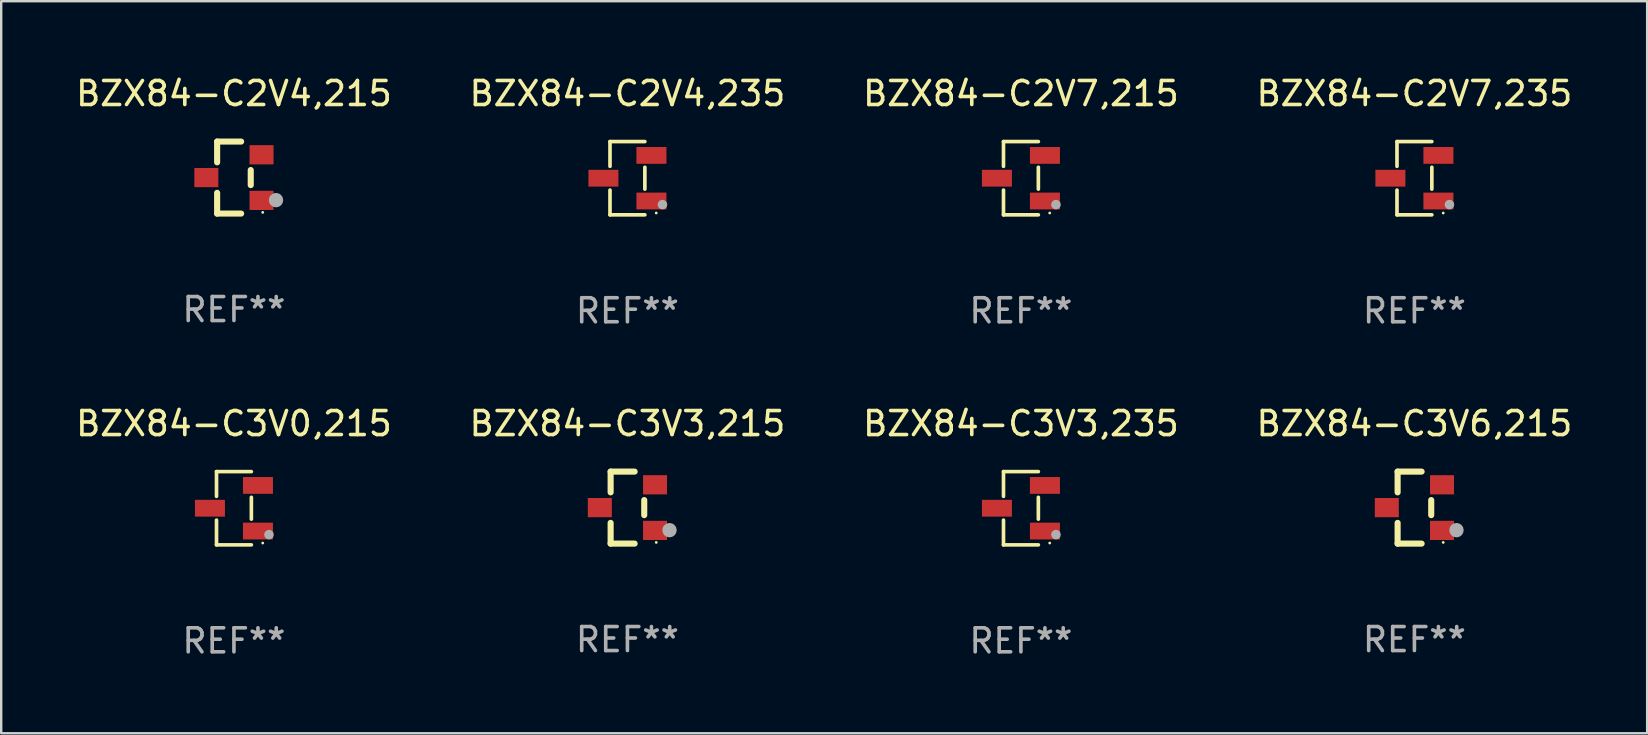
<source format=kicad_pcb>
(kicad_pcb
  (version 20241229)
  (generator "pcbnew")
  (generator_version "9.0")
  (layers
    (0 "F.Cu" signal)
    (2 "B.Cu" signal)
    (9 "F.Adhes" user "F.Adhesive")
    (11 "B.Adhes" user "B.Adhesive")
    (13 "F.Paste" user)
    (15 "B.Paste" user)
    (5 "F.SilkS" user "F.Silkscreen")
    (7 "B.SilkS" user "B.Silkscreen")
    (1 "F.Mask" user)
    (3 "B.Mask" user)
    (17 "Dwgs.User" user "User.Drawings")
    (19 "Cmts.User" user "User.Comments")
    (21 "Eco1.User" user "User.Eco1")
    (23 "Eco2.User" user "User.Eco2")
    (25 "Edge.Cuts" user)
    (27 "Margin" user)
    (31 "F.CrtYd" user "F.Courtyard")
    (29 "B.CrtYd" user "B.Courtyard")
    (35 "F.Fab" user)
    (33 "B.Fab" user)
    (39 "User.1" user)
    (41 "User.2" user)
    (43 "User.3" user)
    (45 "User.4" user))
  (footprint "BZX84-C3V3,235"
    (layer "F.Cu")
    (at 39.482 18.123)
    (property "Reference" "BZX84-C3V3,235" (at 0 -3.526 0) (layer "F.SilkS") (effects (font (size 1 1) (thickness 0.15))))
    (attr through_hole)
    (fp_line (start -0.726 -1.526) (end -0.726 -0.495) (stroke (width 0.152) (type solid)) (layer "F.SilkS"))
    (fp_line (start -0.726 1.526) (end -0.726 0.495) (stroke (width 0.152) (type solid)) (layer "F.SilkS"))
    (fp_line (start 0.726 -1.526) (end -0.726 -1.526) (stroke (width 0.152) (type solid)) (layer "F.SilkS"))
    (fp_line (start 0.726 -0.455) (end 0.726 0.455) (stroke (width 0.152) (type solid)) (layer "F.SilkS"))
    (fp_line (start 0.726 1.526) (end -0.726 1.526) (stroke (width 0.152) (type solid)) (layer "F.SilkS"))
    (fp_circle (center 1.2 1.45) (end 1.23 1.45) (stroke (width 0.06) (type solid)) (fill no) (layer "F.SilkS"))
    (fp_circle (center 1.46 1.1) (end 1.56 1.1) (stroke (width 0.2) (type solid)) (fill no) (layer "F.Fab"))
    (fp_text user "REF**" (at 0 5.526 0) (layer "F.Fab") (effects (font (size 1 1) (thickness 0.15))))
    (pad "1" smd rect (at 1 0.95) (size 1.25 0.7) (layers "F.Cu" "F.Mask" "F.Paste"))
    (pad "2" smd rect (at 1 -0.95) (size 1.25 0.7) (layers "F.Cu" "F.Mask" "F.Paste"))
    (pad "3" smd rect (at -1 0) (size 1.25 0.7) (layers "F.Cu" "F.Mask" "F.Paste")))
  (footprint "BZX84-C3V0,215"
    (layer "F.Cu")
    (at 6.696 18.123)
    (property "Reference" "BZX84-C3V0,215" (at 0 -3.526 0) (layer "F.SilkS") (effects (font (size 1 1) (thickness 0.15))))
    (attr through_hole)
    (fp_line (start -0.726 -1.526) (end -0.726 -0.495) (stroke (width 0.152) (type solid)) (layer "F.SilkS"))
    (fp_line (start -0.726 1.526) (end -0.726 0.495) (stroke (width 0.152) (type solid)) (layer "F.SilkS"))
    (fp_line (start 0.726 -1.526) (end -0.726 -1.526) (stroke (width 0.152) (type solid)) (layer "F.SilkS"))
    (fp_line (start 0.726 -0.455) (end 0.726 0.455) (stroke (width 0.152) (type solid)) (layer "F.SilkS"))
    (fp_line (start 0.726 1.526) (end -0.726 1.526) (stroke (width 0.152) (type solid)) (layer "F.SilkS"))
    (fp_circle (center 1.2 1.45) (end 1.23 1.45) (stroke (width 0.06) (type solid)) (fill no) (layer "F.SilkS"))
    (fp_circle (center 1.46 1.1) (end 1.56 1.1) (stroke (width 0.2) (type solid)) (fill no) (layer "F.Fab"))
    (fp_text user "REF**" (at 0 5.526 0) (layer "F.Fab") (effects (font (size 1 1) (thickness 0.15))))
    (pad "1" smd rect (at 1 0.95) (size 1.25 0.7) (layers "F.Cu" "F.Mask" "F.Paste"))
    (pad "2" smd rect (at 1 -0.95) (size 1.25 0.7) (layers "F.Cu" "F.Mask" "F.Paste"))
    (pad "3" smd rect (at -1 0) (size 1.25 0.7) (layers "F.Cu" "F.Mask" "F.Paste")))
  (footprint "BZX84-C2V7,235"
    (layer "F.Cu")
    (at 55.875 4.374)
    (property "Reference" "BZX84-C2V7,235" (at 0 -3.526 0) (layer "F.SilkS") (effects (font (size 1 1) (thickness 0.15))))
    (attr through_hole)
    (fp_line (start -0.726 -1.526) (end -0.726 -0.495) (stroke (width 0.152) (type solid)) (layer "F.SilkS"))
    (fp_line (start -0.726 1.526) (end -0.726 0.495) (stroke (width 0.152) (type solid)) (layer "F.SilkS"))
    (fp_line (start 0.726 -1.526) (end -0.726 -1.526) (stroke (width 0.152) (type solid)) (layer "F.SilkS"))
    (fp_line (start 0.726 -0.455) (end 0.726 0.455) (stroke (width 0.152) (type solid)) (layer "F.SilkS"))
    (fp_line (start 0.726 1.526) (end -0.726 1.526) (stroke (width 0.152) (type solid)) (layer "F.SilkS"))
    (fp_circle (center 1.2 1.45) (end 1.23 1.45) (stroke (width 0.06) (type solid)) (fill no) (layer "F.SilkS"))
    (fp_circle (center 1.46 1.1) (end 1.56 1.1) (stroke (width 0.2) (type solid)) (fill no) (layer "F.Fab"))
    (fp_text user "REF**" (at 0 5.526 0) (layer "F.Fab") (effects (font (size 1 1) (thickness 0.15))))
    (pad "1" smd rect (at 1 0.95) (size 1.25 0.7) (layers "F.Cu" "F.Mask" "F.Paste"))
    (pad "2" smd rect (at 1 -0.95) (size 1.25 0.7) (layers "F.Cu" "F.Mask" "F.Paste"))
    (pad "3" smd rect (at -1 0) (size 1.25 0.7) (layers "F.Cu" "F.Mask" "F.Paste")))
  (footprint "BZX84-C2V4,215"
    (layer "F.Cu")
    (at 6.696 4.348)
    (property "Reference" "BZX84-C2V4,215" (at 0 -3.5 0) (layer "F.SilkS") (effects (font (size 1 1) (thickness 0.15))))
    (attr through_hole)
    (fp_line (start -0.7 -1.5) (end 0.3 -1.5) (stroke (width 0.254) (type solid)) (layer "F.SilkS"))
    (fp_line (start -0.7 -0.636) (end -0.7 -1.5) (stroke (width 0.254) (type solid)) (layer "F.SilkS"))
    (fp_line (start -0.7 1.5) (end -0.7 0.636) (stroke (width 0.254) (type solid)) (layer "F.SilkS"))
    (fp_line (start -0.7 1.5) (end 0.3 1.5) (stroke (width 0.254) (type solid)) (layer "F.SilkS"))
    (fp_line (start 0.7 0.314) (end 0.7 -0.314) (stroke (width 0.254) (type solid)) (layer "F.SilkS"))
    (fp_circle (center 1.2 1.45) (end 1.23 1.45) (stroke (width 0.06) (type solid)) (fill no) (layer "F.SilkS"))
    (fp_circle (center 1.753 0.94) (end 1.903 0.94) (stroke (width 0.3) (type solid)) (fill no) (layer "F.Fab"))
    (fp_text user "REF**" (at 0 5.5 0) (layer "F.Fab") (effects (font (size 1 1) (thickness 0.15))))
    (pad "1" smd rect (at 1.15 0.95 180) (size 1 0.8) (layers "F.Cu" "F.Mask" "F.Paste"))
    (pad "2" smd rect (at 1.15 -0.95 180) (size 1 0.8) (layers "F.Cu" "F.Mask" "F.Paste"))
    (pad "3" smd rect (at -1.15 -0.000051 180) (size 1 0.8) (layers "F.Cu" "F.Mask" "F.Paste")))
  (footprint "BZX84-C3V6,215"
    (layer "F.Cu")
    (at 55.875 18.097)
    (property "Reference" "BZX84-C3V6,215" (at 0 -3.5 0) (layer "F.SilkS") (effects (font (size 1 1) (thickness 0.15))))
    (attr through_hole)
    (fp_line (start -0.7 -1.5) (end 0.3 -1.5) (stroke (width 0.254) (type solid)) (layer "F.SilkS"))
    (fp_line (start -0.7 -0.636) (end -0.7 -1.5) (stroke (width 0.254) (type solid)) (layer "F.SilkS"))
    (fp_line (start -0.7 1.5) (end -0.7 0.636) (stroke (width 0.254) (type solid)) (layer "F.SilkS"))
    (fp_line (start -0.7 1.5) (end 0.3 1.5) (stroke (width 0.254) (type solid)) (layer "F.SilkS"))
    (fp_line (start 0.7 0.314) (end 0.7 -0.314) (stroke (width 0.254) (type solid)) (layer "F.SilkS"))
    (fp_circle (center 1.2 1.45) (end 1.23 1.45) (stroke (width 0.06) (type solid)) (fill no) (layer "F.SilkS"))
    (fp_circle (center 1.753 0.94) (end 1.903 0.94) (stroke (width 0.3) (type solid)) (fill no) (layer "F.Fab"))
    (fp_text user "REF**" (at 0 5.5 0) (layer "F.Fab") (effects (font (size 1 1) (thickness 0.15))))
    (pad "1" smd rect (at 1.15 0.95 180) (size 1 0.8) (layers "F.Cu" "F.Mask" "F.Paste"))
    (pad "2" smd rect (at 1.15 -0.95 180) (size 1 0.8) (layers "F.Cu" "F.Mask" "F.Paste"))
    (pad "3" smd rect (at -1.15 -0.000051 180) (size 1 0.8) (layers "F.Cu" "F.Mask" "F.Paste")))
  (footprint "BZX84-C2V7,215"
    (layer "F.Cu")
    (at 39.482 4.374)
    (property "Reference" "BZX84-C2V7,215" (at 0 -3.526 0) (layer "F.SilkS") (effects (font (size 1 1) (thickness 0.15))))
    (attr through_hole)
    (fp_line (start -0.726 -1.526) (end -0.726 -0.495) (stroke (width 0.152) (type solid)) (layer "F.SilkS"))
    (fp_line (start -0.726 1.526) (end -0.726 0.495) (stroke (width 0.152) (type solid)) (layer "F.SilkS"))
    (fp_line (start 0.726 -1.526) (end -0.726 -1.526) (stroke (width 0.152) (type solid)) (layer "F.SilkS"))
    (fp_line (start 0.726 -0.455) (end 0.726 0.455) (stroke (width 0.152) (type solid)) (layer "F.SilkS"))
    (fp_line (start 0.726 1.526) (end -0.726 1.526) (stroke (width 0.152) (type solid)) (layer "F.SilkS"))
    (fp_circle (center 1.2 1.45) (end 1.23 1.45) (stroke (width 0.06) (type solid)) (fill no) (layer "F.SilkS"))
    (fp_circle (center 1.46 1.1) (end 1.56 1.1) (stroke (width 0.2) (type solid)) (fill no) (layer "F.Fab"))
    (fp_text user "REF**" (at 0 5.526 0) (layer "F.Fab") (effects (font (size 1 1) (thickness 0.15))))
    (pad "1" smd rect (at 1 0.95) (size 1.25 0.7) (layers "F.Cu" "F.Mask" "F.Paste"))
    (pad "2" smd rect (at 1 -0.95) (size 1.25 0.7) (layers "F.Cu" "F.Mask" "F.Paste"))
    (pad "3" smd rect (at -1 0) (size 1.25 0.7) (layers "F.Cu" "F.Mask" "F.Paste")))
  (footprint "BZX84-C2V4,235"
    (layer "F.Cu")
    (at 23.089 4.374)
    (property "Reference" "BZX84-C2V4,235" (at 0 -3.526 0) (layer "F.SilkS") (effects (font (size 1 1) (thickness 0.15))))
    (attr through_hole)
    (fp_line (start -0.726 -1.526) (end -0.726 -0.495) (stroke (width 0.152) (type solid)) (layer "F.SilkS"))
    (fp_line (start -0.726 1.526) (end -0.726 0.495) (stroke (width 0.152) (type solid)) (layer "F.SilkS"))
    (fp_line (start 0.726 -1.526) (end -0.726 -1.526) (stroke (width 0.152) (type solid)) (layer "F.SilkS"))
    (fp_line (start 0.726 -0.455) (end 0.726 0.455) (stroke (width 0.152) (type solid)) (layer "F.SilkS"))
    (fp_line (start 0.726 1.526) (end -0.726 1.526) (stroke (width 0.152) (type solid)) (layer "F.SilkS"))
    (fp_circle (center 1.2 1.45) (end 1.23 1.45) (stroke (width 0.06) (type solid)) (fill no) (layer "F.SilkS"))
    (fp_circle (center 1.46 1.1) (end 1.56 1.1) (stroke (width 0.2) (type solid)) (fill no) (layer "F.Fab"))
    (fp_text user "REF**" (at 0 5.526 0) (layer "F.Fab") (effects (font (size 1 1) (thickness 0.15))))
    (pad "1" smd rect (at 1 0.95) (size 1.25 0.7) (layers "F.Cu" "F.Mask" "F.Paste"))
    (pad "2" smd rect (at 1 -0.95) (size 1.25 0.7) (layers "F.Cu" "F.Mask" "F.Paste"))
    (pad "3" smd rect (at -1 0) (size 1.25 0.7) (layers "F.Cu" "F.Mask" "F.Paste")))
  (footprint "BZX84-C3V3,215"
    (layer "F.Cu")
    (at 23.089 18.097)
    (property "Reference" "BZX84-C3V3,215" (at 0 -3.5 0) (layer "F.SilkS") (effects (font (size 1 1) (thickness 0.15))))
    (attr through_hole)
    (fp_line (start -0.7 -1.5) (end 0.3 -1.5) (stroke (width 0.254) (type solid)) (layer "F.SilkS"))
    (fp_line (start -0.7 -0.636) (end -0.7 -1.5) (stroke (width 0.254) (type solid)) (layer "F.SilkS"))
    (fp_line (start -0.7 1.5) (end -0.7 0.636) (stroke (width 0.254) (type solid)) (layer "F.SilkS"))
    (fp_line (start -0.7 1.5) (end 0.3 1.5) (stroke (width 0.254) (type solid)) (layer "F.SilkS"))
    (fp_line (start 0.7 0.314) (end 0.7 -0.314) (stroke (width 0.254) (type solid)) (layer "F.SilkS"))
    (fp_circle (center 1.2 1.45) (end 1.23 1.45) (stroke (width 0.06) (type solid)) (fill no) (layer "F.SilkS"))
    (fp_circle (center 1.753 0.94) (end 1.903 0.94) (stroke (width 0.3) (type solid)) (fill no) (layer "F.Fab"))
    (fp_text user "REF**" (at 0 5.5 0) (layer "F.Fab") (effects (font (size 1 1) (thickness 0.15))))
    (pad "1" smd rect (at 1.15 0.95 180) (size 1 0.8) (layers "F.Cu" "F.Mask" "F.Paste"))
    (pad "2" smd rect (at 1.15 -0.95 180) (size 1 0.8) (layers "F.Cu" "F.Mask" "F.Paste"))
    (pad "3" smd rect (at -1.15 -0.000051 180) (size 1 0.8) (layers "F.Cu" "F.Mask" "F.Paste")))
  (gr_rect
    (start -3 -3)
    (end 65.571 27.498)
    (stroke (width 0.1) (type default))
    (fill no)
    (layer "Edge.Cuts")))
</source>
